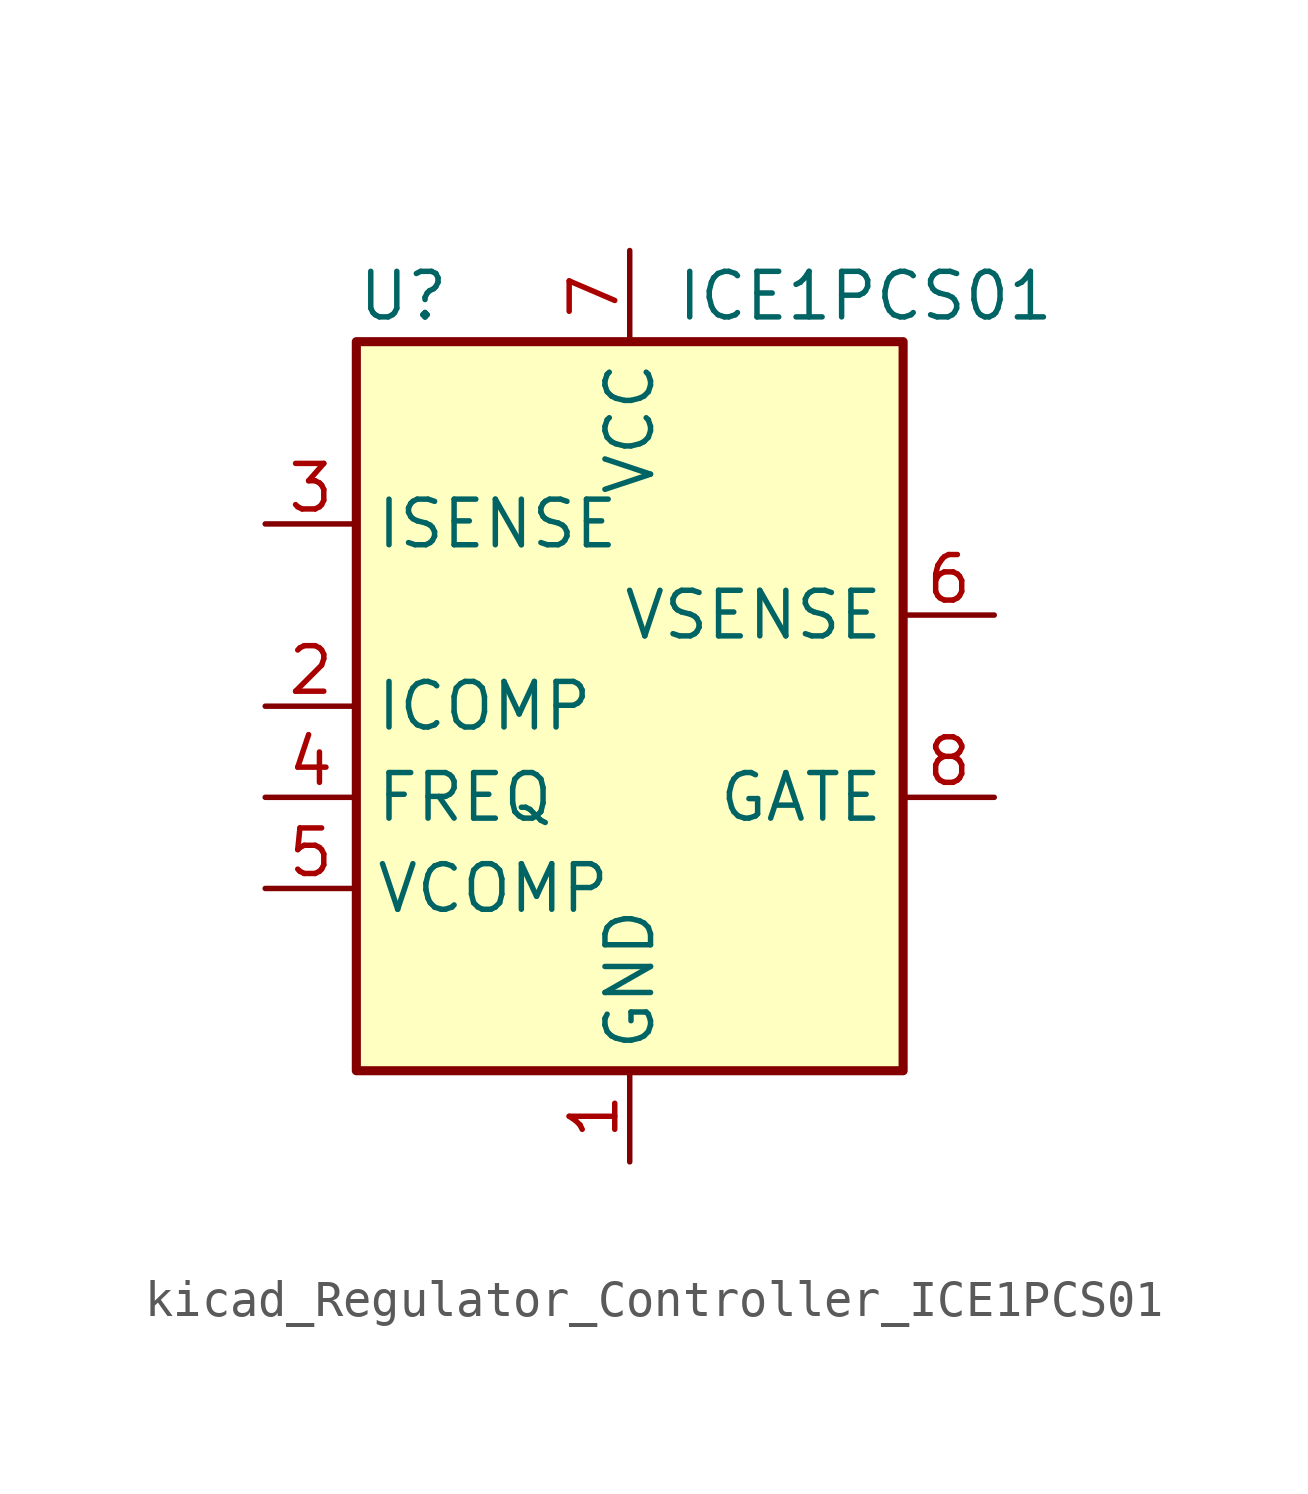
<source format=kicad_sym>
(kicad_symbol_lib
  (version 20220914)
  (generator kicad_symbol_editor)
  (symbol "kicad_Regulator_Controller_ICE1PCS01"
    (property "Reference" "U"
      (at -7.62 11.43 0)
      (effects (font (size 1.27 1.27)) (justify left)))
    (property "Value" "ICE1PCS01"
      (at 1.27 11.43 0)
      (effects (font (size 1.27 1.27)) (justify left)))
    (symbol "kicad_Regulator_Controller_ICE1PCS01_0_0"
      (rectangle (start -7.62 10.16) (end 7.62 -10.16) (stroke (width 0.254) (type default)) (fill (type background))))
    (symbol "kicad_Regulator_Controller_ICE1PCS01_1_1"
      (pin power_in line (at 0 -12.7 90) (length 2.54) (name "GND" (effects (font (size 1.27 1.27)))) (number "1" (effects (font (size 1.27 1.27)))))
      (pin passive line (at -10.16 0 0) (length 2.54) (name "ICOMP" (effects (font (size 1.27 1.27)))) (number "2" (effects (font (size 1.27 1.27)))))
      (pin input line (at -10.16 5.08 0) (length 2.54) (name "ISENSE" (effects (font (size 1.27 1.27)))) (number "3" (effects (font (size 1.27 1.27)))))
      (pin passive line (at -10.16 -2.54 0) (length 2.54) (name "FREQ" (effects (font (size 1.27 1.27)))) (number "4" (effects (font (size 1.27 1.27)))))
      (pin passive line (at -10.16 -5.08 0) (length 2.54) (name "VCOMP" (effects (font (size 1.27 1.27)))) (number "5" (effects (font (size 1.27 1.27)))))
      (pin input line (at 10.16 2.54 180) (length 2.54) (name "VSENSE" (effects (font (size 1.27 1.27)))) (number "6" (effects (font (size 1.27 1.27)))))
      (pin power_in line (at 0 12.7 270) (length 2.54) (name "VCC" (effects (font (size 1.27 1.27)))) (number "7" (effects (font (size 1.27 1.27)))))
      (pin output line (at 10.16 -2.54 180) (length 2.54) (name "GATE" (effects (font (size 1.27 1.27)))) (number "8" (effects (font (size 1.27 1.27))))))))
</source>
